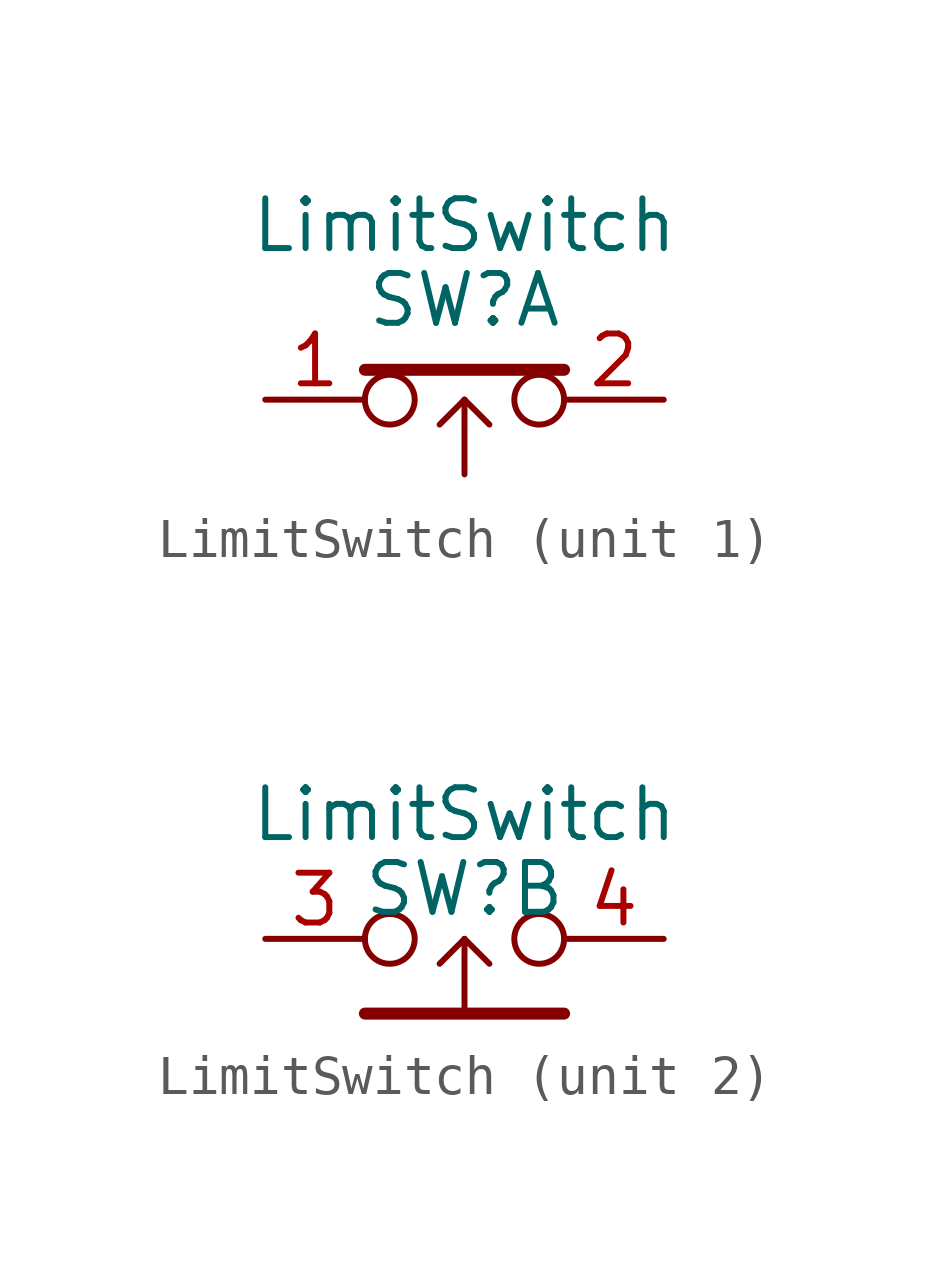
<source format=kicad_sym>
(kicad_symbol_lib
  (version 20211014)
  (generator kicad_symbol_editor)
  (symbol "LimitSwitch"
    (property "Reference" "SW"
      (at 0 1.27 0)
      (effects (font (size 1.27 1.27))))
    (property "Value" "LimitSwitch"
      (at 0 3.175 0)
      (effects (font (size 1.27 1.27))))
    (property "ki_locked" ""
      (at 0 0 0)
      (effects (font (size 1.27 1.27))))
    (symbol "LimitSwitch_1_1"
      (circle (center -1.905 -1.27) (radius 0.635) (stroke (width 0.152) (type default) (color 0 0 0 0)) (fill (type none)))
      (polyline (pts (xy -2.54 -0.508) (xy 2.54 -0.508)) (stroke (width 0.305) (type default) (color 0 0 0 0)) (fill (type none)))
      (polyline (pts (xy 0 -1.27) (xy -0.635 -1.905)) (stroke (width 0.152) (type default) (color 0 0 0 0)) (fill (type none)))
      (polyline (pts (xy 0 -1.27) (xy 0 -3.175)) (stroke (width 0.152) (type default) (color 0 0 0 0)) (fill (type none)))
      (polyline (pts (xy 0 -1.27) (xy 0.635 -1.905)) (stroke (width 0.152) (type default) (color 0 0 0 0)) (fill (type none)))
      (circle (center 1.905 -1.27) (radius 0.635) (stroke (width 0.152) (type default) (color 0 0 0 0)) (fill (type none)))
      (pin passive line (at -5.08 -1.27 0) (length 2.54) (name "~" (effects (font (size 1.27 1.27)))) (number "1" (effects (font (size 1.27 1.27)))))
      (pin passive line (at 5.08 -1.27 180) (length 2.54) (name "~" (effects (font (size 1.27 1.27)))) (number "2" (effects (font (size 1.27 1.27))))))
    (symbol "LimitSwitch_2_1"
      (circle (center -1.905 0) (radius 0.635) (stroke (width 0.152) (type default) (color 0 0 0 0)) (fill (type none)))
      (polyline (pts (xy -2.54 -1.905) (xy 2.54 -1.905)) (stroke (width 0.305) (type default) (color 0 0 0 0)) (fill (type none)))
      (polyline (pts (xy 0 0) (xy -0.635 -0.635)) (stroke (width 0.152) (type default) (color 0 0 0 0)) (fill (type none)))
      (polyline (pts (xy 0 0) (xy 0 -1.905)) (stroke (width 0.152) (type default) (color 0 0 0 0)) (fill (type none)))
      (polyline (pts (xy 0 0) (xy 0.635 -0.635)) (stroke (width 0.152) (type default) (color 0 0 0 0)) (fill (type none)))
      (circle (center 1.905 0) (radius 0.635) (stroke (width 0.152) (type default) (color 0 0 0 0)) (fill (type none)))
      (pin passive line (at -5.08 0 0) (length 2.54) (name "~" (effects (font (size 1.27 1.27)))) (number "3" (effects (font (size 1.27 1.27)))))
      (pin passive line (at 5.08 0 180) (length 2.54) (name "~" (effects (font (size 1.27 1.27)))) (number "4" (effects (font (size 1.27 1.27))))))))
</source>
